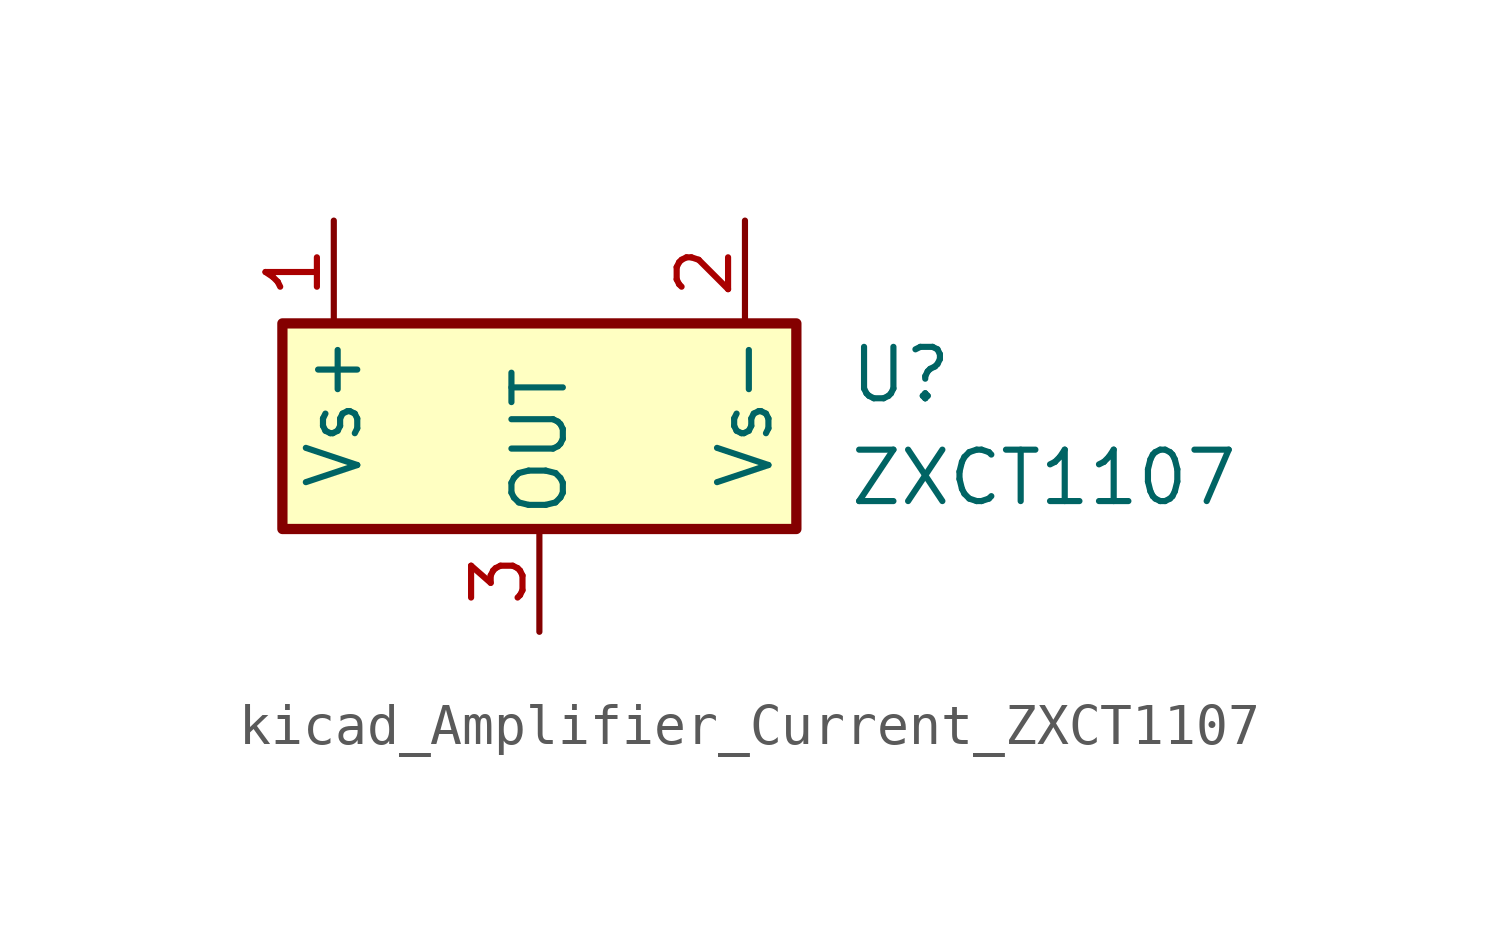
<source format=kicad_sym>
(kicad_symbol_lib
  (version 20220914)
  (generator kicad_symbol_editor)
  (symbol "kicad_Amplifier_Current_ZXCT1107"
    (pin_names
      (offset 0.254))
    (property "Reference" "U"
      (at 7.62 1.27 0)
      (effects (font (size 1.27 1.27)) (justify left)))
    (property "Value" "ZXCT1107"
      (at 7.62 -1.27 0)
      (effects (font (size 1.27 1.27)) (justify left)))
    (symbol "kicad_Amplifier_Current_ZXCT1107_0_1"
      (rectangle (start -6.35 2.54) (end 6.35 -2.54) (stroke (width 0.254) (type default)) (fill (type background))))
    (symbol "kicad_Amplifier_Current_ZXCT1107_1_1"
      (pin input line (at -5.08 5.08 270) (length 2.54) (name "Vs+" (effects (font (size 1.27 1.27)))) (number "1" (effects (font (size 1.27 1.27)))))
      (pin input line (at 5.08 5.08 270) (length 2.54) (name "Vs-" (effects (font (size 1.27 1.27)))) (number "2" (effects (font (size 1.27 1.27)))))
      (pin output line (at 0 -5.08 90) (length 2.54) (name "OUT" (effects (font (size 1.27 1.27)))) (number "3" (effects (font (size 1.27 1.27))))))))
</source>
